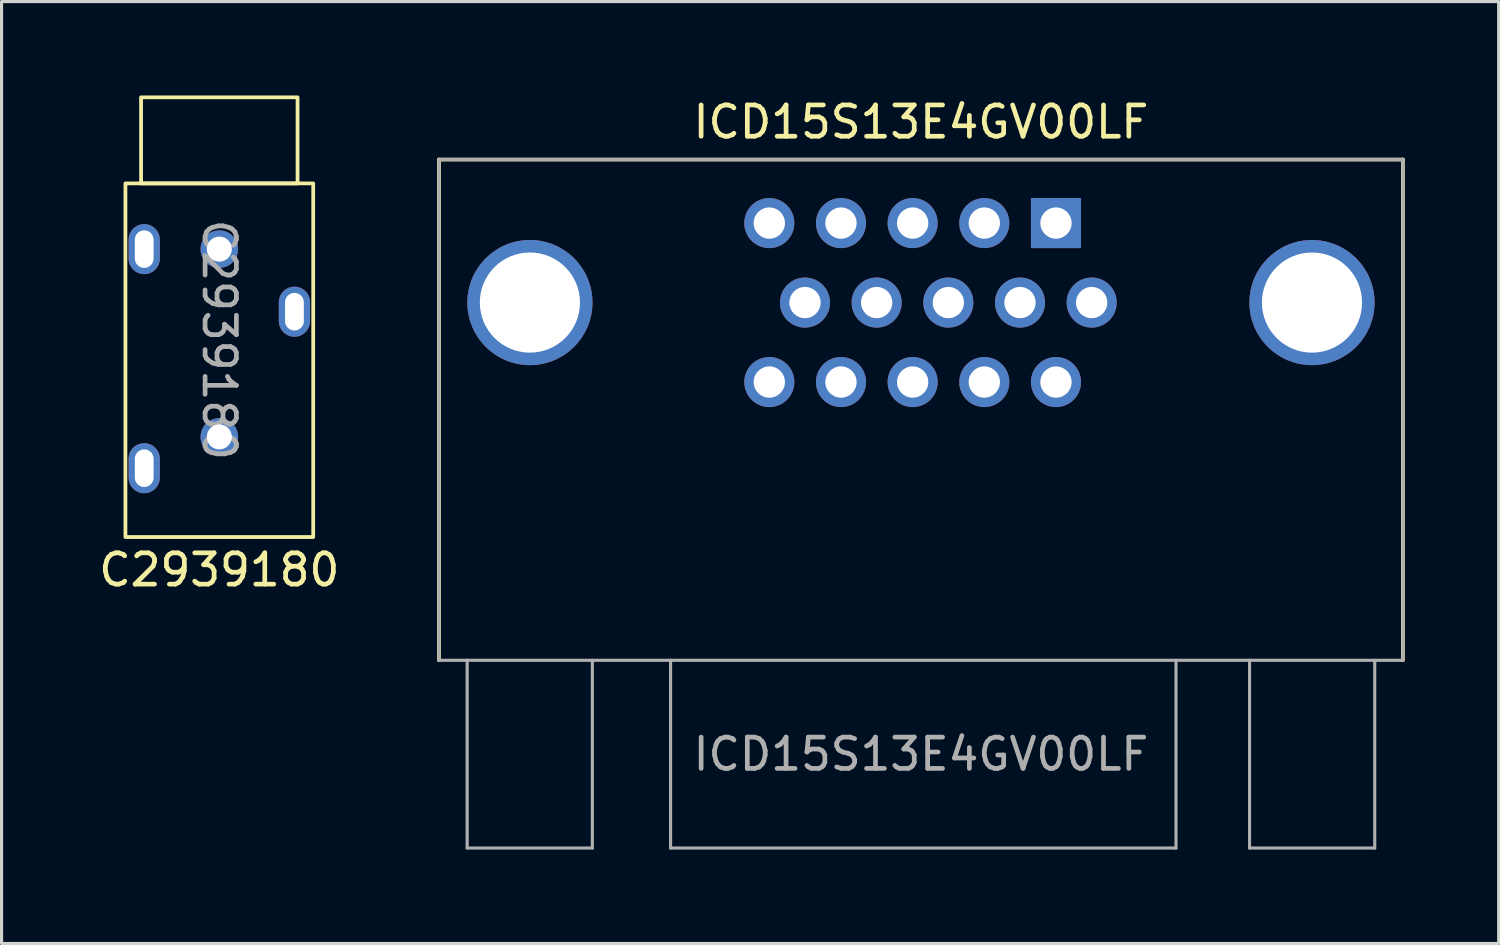
<source format=kicad_pcb>
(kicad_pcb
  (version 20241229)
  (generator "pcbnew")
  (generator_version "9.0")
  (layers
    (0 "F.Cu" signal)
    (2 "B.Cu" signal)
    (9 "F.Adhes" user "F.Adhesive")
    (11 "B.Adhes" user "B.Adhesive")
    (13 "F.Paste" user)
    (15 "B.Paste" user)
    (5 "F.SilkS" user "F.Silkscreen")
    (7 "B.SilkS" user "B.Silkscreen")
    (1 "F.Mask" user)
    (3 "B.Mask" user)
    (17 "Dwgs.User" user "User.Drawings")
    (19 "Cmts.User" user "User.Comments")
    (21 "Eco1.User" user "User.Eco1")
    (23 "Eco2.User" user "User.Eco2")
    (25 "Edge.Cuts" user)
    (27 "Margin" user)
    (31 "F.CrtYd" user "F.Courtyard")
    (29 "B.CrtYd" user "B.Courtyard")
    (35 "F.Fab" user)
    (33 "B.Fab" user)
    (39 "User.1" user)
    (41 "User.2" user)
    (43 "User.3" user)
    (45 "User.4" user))
  (footprint "ICD15S13E4GV00LF"
    (layer "F.Cu")
    (at 26.377 18.048)
    (property "Reference" "ICD15S13E4GV00LF" (at 0 -17.2 0) (layer "F.SilkS") (effects (font (size 1 1) (thickness 0.15))))
    (attr through_hole)
    (fp_line (start -15.4 -16) (end 15.4 -16) (stroke (width 0.12) (type solid)) (layer "F.SilkS"))
    (fp_line (start -15.4 0) (end -15.4 -16) (stroke (width 0.12) (type solid)) (layer "F.SilkS"))
    (fp_line (start 15.4 -16) (end 15.4 0) (stroke (width 0.12) (type solid)) (layer "F.SilkS"))
    (fp_line (start -15.4 -16) (end -15.4 0) (stroke (width 0.1) (type solid)) (layer "F.Fab"))
    (fp_line (start -15.4 0) (end 15.4 0) (stroke (width 0.1) (type solid)) (layer "F.Fab"))
    (fp_line (start -14.5 0) (end -14.5 6) (stroke (width 0.1) (type solid)) (layer "F.Fab"))
    (fp_line (start -14.5 6) (end -10.5 6) (stroke (width 0.1) (type solid)) (layer "F.Fab"))
    (fp_line (start -10.5 0) (end -10.5 6) (stroke (width 0.1) (type solid)) (layer "F.Fab"))
    (fp_line (start -8 0) (end -8 6) (stroke (width 0.1) (type solid)) (layer "F.Fab"))
    (fp_line (start -8 6) (end 8.15 6) (stroke (width 0.1) (type solid)) (layer "F.Fab"))
    (fp_line (start 8.15 0) (end 8.15 6) (stroke (width 0.1) (type solid)) (layer "F.Fab"))
    (fp_line (start 10.5 0) (end 10.5 6) (stroke (width 0.1) (type solid)) (layer "F.Fab"))
    (fp_line (start 10.5 6) (end 14.5 6) (stroke (width 0.1) (type solid)) (layer "F.Fab"))
    (fp_line (start 14.5 0) (end 14.5 6) (stroke (width 0.1) (type solid)) (layer "F.Fab"))
    (fp_line (start 15.4 -16) (end -15.4 -16) (stroke (width 0.1) (type solid)) (layer "F.Fab"))
    (fp_line (start 15.4 0) (end 15.4 -16) (stroke (width 0.1) (type solid)) (layer "F.Fab"))
    (fp_text user "${REFERENCE}" (at 0 3 0) (layer "F.Fab") (effects (font (size 1 1) (thickness 0.15))))
    (pad "0" thru_hole circle (at -12.495 -11.43) (size 4 4) (drill 3.2) (layers "*.Cu" "*.Mask"))
    (pad "0" thru_hole circle (at 12.495 -11.43) (size 4 4) (drill 3.2) (layers "*.Cu" "*.Mask"))
    (pad "1" thru_hole rect (at 4.315 -13.97) (size 1.6 1.6) (drill 1) (layers "*.Cu" "*.Mask"))
    (pad "2" thru_hole circle (at 2.025 -13.97) (size 1.6 1.6) (drill 1) (layers "*.Cu" "*.Mask"))
    (pad "3" thru_hole circle (at -0.265 -13.97) (size 1.6 1.6) (drill 1) (layers "*.Cu" "*.Mask"))
    (pad "4" thru_hole circle (at -2.555 -13.97) (size 1.6 1.6) (drill 1) (layers "*.Cu" "*.Mask"))
    (pad "5" thru_hole circle (at -4.845 -13.97) (size 1.6 1.6) (drill 1) (layers "*.Cu" "*.Mask"))
    (pad "6" thru_hole circle (at 5.455 -11.43) (size 1.6 1.6) (drill 1) (layers "*.Cu" "*.Mask"))
    (pad "7" thru_hole circle (at 3.165 -11.43) (size 1.6 1.6) (drill 1) (layers "*.Cu" "*.Mask"))
    (pad "8" thru_hole circle (at 0.875 -11.43) (size 1.6 1.6) (drill 1) (layers "*.Cu" "*.Mask"))
    (pad "9" thru_hole circle (at -1.415 -11.43) (size 1.6 1.6) (drill 1) (layers "*.Cu" "*.Mask"))
    (pad "10" thru_hole circle (at -3.705 -11.43) (size 1.6 1.6) (drill 1) (layers "*.Cu" "*.Mask"))
    (pad "11" thru_hole circle (at 4.315 -8.89) (size 1.6 1.6) (drill 1) (layers "*.Cu" "*.Mask"))
    (pad "12" thru_hole circle (at 2.025 -8.89) (size 1.6 1.6) (drill 1) (layers "*.Cu" "*.Mask"))
    (pad "13" thru_hole circle (at -0.265 -8.89) (size 1.6 1.6) (drill 1) (layers "*.Cu" "*.Mask"))
    (pad "14" thru_hole circle (at -2.555 -8.89) (size 1.6 1.6) (drill 1) (layers "*.Cu" "*.Mask"))
    (pad "15" thru_hole circle (at -4.845 -8.89) (size 1.6 1.6) (drill 1) (layers "*.Cu" "*.Mask")))
  (footprint "C2939180"
    (layer "F.Cu")
    (at 3.958 7.81)
    (property "Reference" "C2939180" (at 0 7.35 0) (unlocked yes) (layer "F.SilkS") (effects (font (size 1 1) (thickness 0.15))))
    (attr through_hole)
    (fp_rect (start -3 -5) (end 3 6.3) (stroke (width 0.12) (type default)) (fill no) (layer "F.SilkS"))
    (fp_rect (start -2.5 -7.75) (end 2.5 -5) (stroke (width 0.12) (type default)) (fill no) (layer "F.SilkS"))
    (fp_text user "${REFERENCE}" (at 0 0 270) (unlocked yes) (layer "F.Fab") (effects (font (size 1 1) (thickness 0.15))))
    (pad "" np_thru_hole circle (at 0 -2.9) (size 1.2 1.2) (drill 0.8) (layers "*.Cu" "*.Mask"))
    (pad "" np_thru_hole circle (at 0 3.1) (size 1.2 1.2) (drill 0.8) (layers "*.Cu" "*.Mask"))
    (pad "R" thru_hole oval (at 2.4 -0.9 270) (size 1.6 1) (drill oval 1.2 0.6) (layers "*.Cu" "*.Mask"))
    (pad "S" thru_hole oval (at -2.4 -2.9 270) (size 1.6 1) (drill oval 1.2 0.6) (layers "*.Cu" "*.Mask"))
    (pad "T" thru_hole oval (at -2.4 4.1 270) (size 1.6 1) (drill oval 1.2 0.6) (layers "*.Cu" "*.Mask")))
  (gr_rect
    (start -3 -3)
    (end 44.837 27.098)
    (stroke (width 0.1) (type default))
    (fill no)
    (layer "Edge.Cuts")))
</source>
